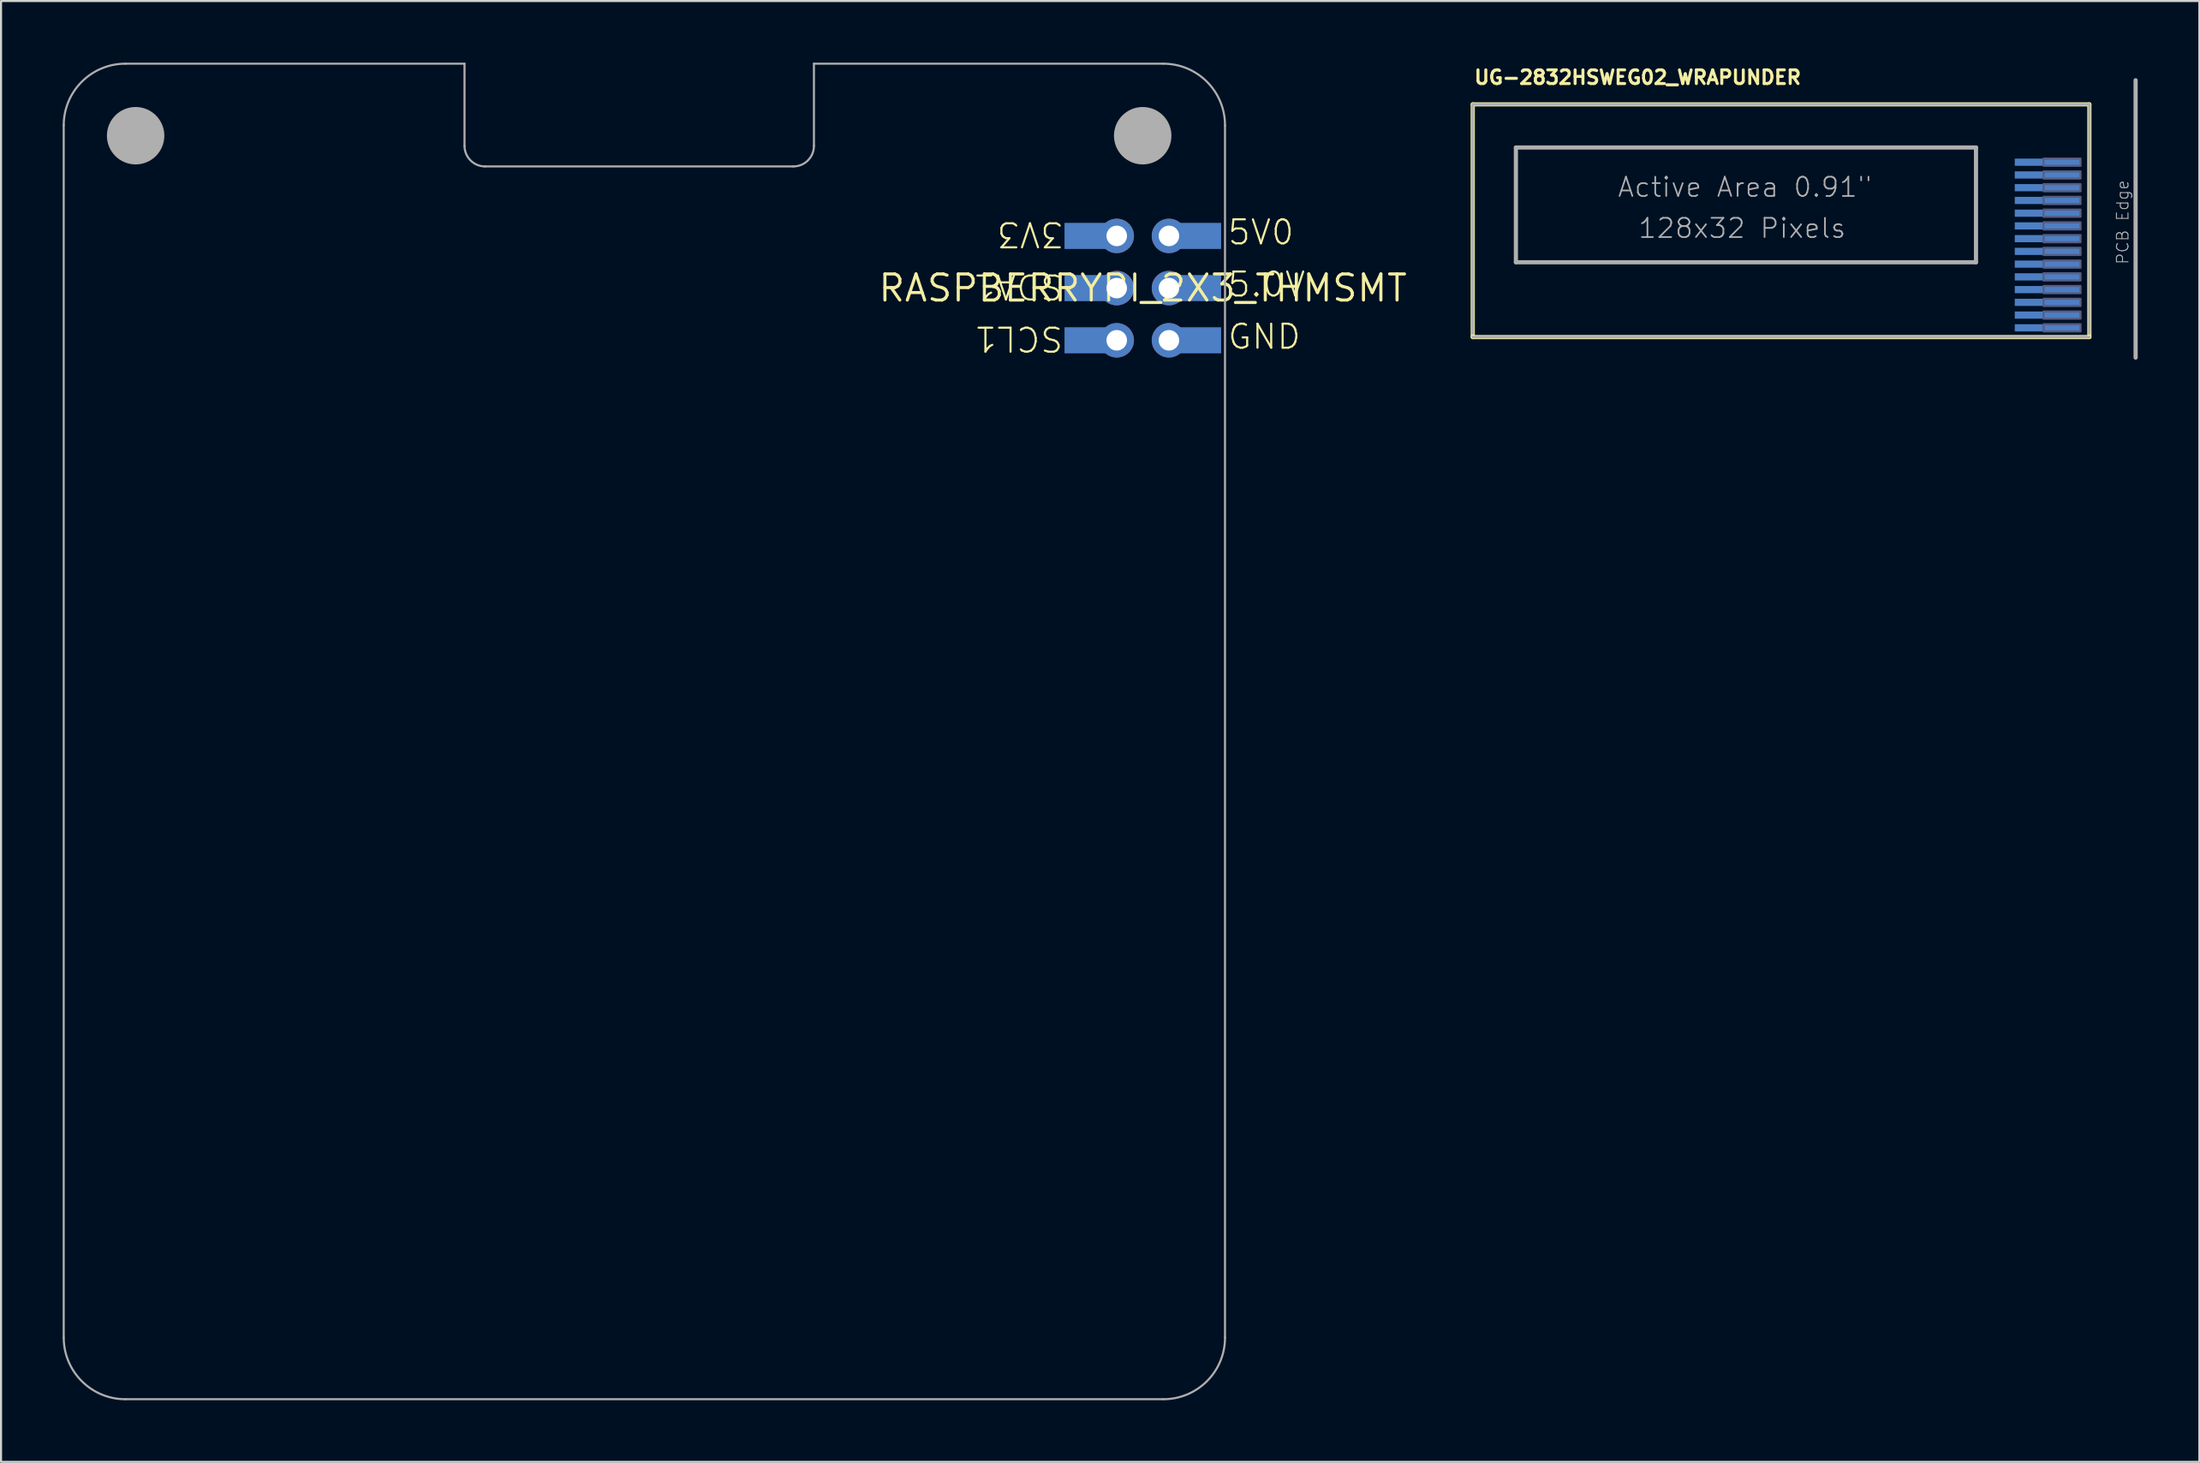
<source format=kicad_pcb>
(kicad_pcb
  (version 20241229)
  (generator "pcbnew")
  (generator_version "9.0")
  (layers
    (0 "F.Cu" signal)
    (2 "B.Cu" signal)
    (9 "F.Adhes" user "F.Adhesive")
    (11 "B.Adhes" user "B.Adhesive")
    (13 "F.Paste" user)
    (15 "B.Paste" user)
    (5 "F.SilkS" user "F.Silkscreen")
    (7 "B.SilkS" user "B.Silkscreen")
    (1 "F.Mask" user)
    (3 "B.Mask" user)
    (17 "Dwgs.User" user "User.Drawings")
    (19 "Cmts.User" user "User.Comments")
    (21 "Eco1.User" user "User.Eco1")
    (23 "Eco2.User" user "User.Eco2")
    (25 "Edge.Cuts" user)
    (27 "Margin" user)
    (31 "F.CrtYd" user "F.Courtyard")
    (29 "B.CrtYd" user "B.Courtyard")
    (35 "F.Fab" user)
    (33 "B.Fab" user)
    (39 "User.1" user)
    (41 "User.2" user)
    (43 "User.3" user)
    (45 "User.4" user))
  (footprint "UG-2832HSWEG02_WRAPUNDER"
    (layer "F.Cu")
    (at 98.603 7.605)
    (property "Reference" "UG-2832HSWEG02_WRAPUNDER" (at -30 -6.5 0) (unlocked yes) (layer "F.SilkS") (effects (font (size 0.666 0.666) (thickness 0.146)) (justify left bottom)))
    (fp_line (start -30 -5.575) (end -30 5.75) (stroke (width 0.203) (type solid)) (layer "F.SilkS"))
    (fp_line (start 0 -5.575) (end -30 -5.575) (stroke (width 0.203) (type solid)) (layer "F.SilkS"))
    (fp_line (start 0 -5.575) (end 0 5.75) (stroke (width 0.203) (type solid)) (layer "F.SilkS"))
    (fp_line (start 0 5.75) (end -30 5.75) (stroke (width 0.203) (type solid)) (layer "F.SilkS"))
    (fp_poly (pts (xy -2.23 -2.585) (xy -0.43 -2.585) (xy -0.43 -2.935) (xy -2.23 -2.935)) (stroke (width 0.1) (type default)) (fill no) (layer "B.Fab"))
    (fp_poly (pts (xy -2.23 -1.965) (xy -0.43 -1.965) (xy -0.43 -2.315) (xy -2.23 -2.315)) (stroke (width 0.1) (type default)) (fill no) (layer "B.Fab"))
    (fp_poly (pts (xy -2.23 -1.345) (xy -0.43 -1.345) (xy -0.43 -1.695) (xy -2.23 -1.695)) (stroke (width 0.1) (type default)) (fill no) (layer "B.Fab"))
    (fp_poly (pts (xy -2.23 -0.725) (xy -0.43 -0.725) (xy -0.43 -1.075) (xy -2.23 -1.075)) (stroke (width 0.1) (type default)) (fill no) (layer "B.Fab"))
    (fp_poly (pts (xy -2.23 -0.105) (xy -0.43 -0.105) (xy -0.43 -0.455) (xy -2.23 -0.455)) (stroke (width 0.1) (type default)) (fill no) (layer "B.Fab"))
    (fp_poly (pts (xy -2.23 0.515) (xy -0.43 0.515) (xy -0.43 0.165) (xy -2.23 0.165)) (stroke (width 0.1) (type default)) (fill no) (layer "B.Fab"))
    (fp_poly (pts (xy -2.23 1.135) (xy -0.43 1.135) (xy -0.43 0.785) (xy -2.23 0.785)) (stroke (width 0.1) (type default)) (fill no) (layer "B.Fab"))
    (fp_poly (pts (xy -2.23 1.755) (xy -0.43 1.755) (xy -0.43 1.405) (xy -2.23 1.405)) (stroke (width 0.1) (type default)) (fill no) (layer "B.Fab"))
    (fp_poly (pts (xy -2.23 2.375) (xy -0.43 2.375) (xy -0.43 2.025) (xy -2.23 2.025)) (stroke (width 0.1) (type default)) (fill no) (layer "B.Fab"))
    (fp_poly (pts (xy -2.23 2.995) (xy -0.43 2.995) (xy -0.43 2.645) (xy -2.23 2.645)) (stroke (width 0.1) (type default)) (fill no) (layer "B.Fab"))
    (fp_poly (pts (xy -2.23 3.615) (xy -0.43 3.615) (xy -0.43 3.265) (xy -2.23 3.265)) (stroke (width 0.1) (type default)) (fill no) (layer "B.Fab"))
    (fp_poly (pts (xy -2.23 4.235) (xy -0.43 4.235) (xy -0.43 3.885) (xy -2.23 3.885)) (stroke (width 0.1) (type default)) (fill no) (layer "B.Fab"))
    (fp_poly (pts (xy -2.23 4.855) (xy -0.43 4.855) (xy -0.43 4.505) (xy -2.23 4.505)) (stroke (width 0.1) (type default)) (fill no) (layer "B.Fab"))
    (fp_poly (pts (xy -2.23 5.475) (xy -0.43 5.475) (xy -0.43 5.125) (xy -2.23 5.125)) (stroke (width 0.1) (type default)) (fill no) (layer "B.Fab"))
    (fp_line (start -30 -5.575) (end -30 5.575) (stroke (width 0.127) (type solid)) (layer "F.Fab"))
    (fp_line (start -27.9 -3.475) (end -27.9 2.109) (stroke (width 0.203) (type solid)) (layer "F.Fab"))
    (fp_line (start -5.516 -3.475) (end -27.9 -3.475) (stroke (width 0.203) (type solid)) (layer "F.Fab"))
    (fp_line (start -5.516 -3.475) (end -5.516 2.109) (stroke (width 0.203) (type solid)) (layer "F.Fab"))
    (fp_line (start -5.516 2.109) (end -27.9 2.109) (stroke (width 0.203) (type solid)) (layer "F.Fab"))
    (fp_line (start 0 -5.575) (end -30 -5.575) (stroke (width 0.127) (type solid)) (layer "F.Fab"))
    (fp_line (start 0 -5.575) (end 0 5.575) (stroke (width 0.127) (type solid)) (layer "F.Fab"))
    (fp_line (start 0 5.75) (end -30 5.75) (stroke (width 0.127) (type solid)) (layer "F.Fab"))
    (fp_line (start 2.25 -6.75) (end 2.25 6.75) (stroke (width 0.203) (type solid)) (layer "F.Fab"))
    (fp_text user "128x32 Pixels" (at -22 1 0) (unlocked yes) (layer "F.Fab") (effects (font (size 0.935 0.935) (thickness 0.081)) (justify left bottom)))
    (fp_text user "PCB Edge" (at 1.95 2.25 90) (unlocked yes) (layer "F.Fab") (effects (font (size 0.561 0.561) (thickness 0.049)) (justify left bottom)))
    (fp_text user "Active Area 0.91\"" (at -23 -1 0) (unlocked yes) (layer "F.Fab") (effects (font (size 0.935 0.935) (thickness 0.081)) (justify left bottom)))
    (pad "1" smd rect (at -2.03 5.3 180) (size 3.2 0.35) (layers "B.Cu" "B.Mask"))
    (pad "2" smd rect (at -2.03 4.68 180) (size 3.2 0.35) (layers "B.Cu" "B.Mask"))
    (pad "3" smd rect (at -2.03 4.06 180) (size 3.2 0.35) (layers "B.Cu" "B.Mask"))
    (pad "4" smd rect (at -2.03 3.44 180) (size 3.2 0.35) (layers "B.Cu" "B.Mask"))
    (pad "5" smd rect (at -2.03 2.82 180) (size 3.2 0.35) (layers "B.Cu" "B.Mask"))
    (pad "6" smd rect (at -2.03 2.2 180) (size 3.2 0.35) (layers "B.Cu" "B.Mask"))
    (pad "7" smd rect (at -2.03 1.58 180) (size 3.2 0.35) (layers "B.Cu" "B.Mask"))
    (pad "8" smd rect (at -2.03 0.96 180) (size 3.2 0.35) (layers "B.Cu" "B.Mask"))
    (pad "9" smd rect (at -2.03 0.34 180) (size 3.2 0.35) (layers "B.Cu" "B.Mask"))
    (pad "10" smd rect (at -2.03 -0.28 180) (size 3.2 0.35) (layers "B.Cu" "B.Mask"))
    (pad "11" smd rect (at -2.03 -0.9 180) (size 3.2 0.35) (layers "B.Cu" "B.Mask"))
    (pad "12" smd rect (at -2.03 -1.52 180) (size 3.2 0.35) (layers "B.Cu" "B.Mask"))
    (pad "13" smd rect (at -2.03 -2.14 180) (size 3.2 0.35) (layers "B.Cu" "B.Mask"))
    (pad "14" smd rect (at -2.03 -2.76 180) (size 3.2 0.35) (layers "B.Cu" "B.Mask")))
  (footprint "RASPBERRYPI_2X3_THMSMT"
    (layer "F.Cu")
    (at 52.552 10.972)
    (property "Reference" "RASPBERRYPI_2X3_THMSMT" (at 0 0 0) (layer "F.SilkS") (effects (font (size 1.27 1.27) (thickness 0.15))))
    (fp_line (start -52.502 -7.922) (end -52.502 51.078) (stroke (width 0.1) (type solid)) (layer "F.Fab"))
    (fp_line (start -49.502 54.078) (end 0.998 54.078) (stroke (width 0.1) (type solid)) (layer "F.Fab"))
    (fp_line (start -33.002 -10.922) (end -49.502 -10.922) (stroke (width 0.1) (type solid)) (layer "F.Fab"))
    (fp_line (start -33.002 -10.922) (end -33.002 -6.922) (stroke (width 0.1) (type solid)) (layer "F.Fab"))
    (fp_line (start -32.002 -5.922) (end -17.002 -5.922) (stroke (width 0.1) (type solid)) (layer "F.Fab"))
    (fp_line (start -16.002 -6.922) (end -16.002 -10.922) (stroke (width 0.1) (type solid)) (layer "F.Fab"))
    (fp_line (start 0.998 -10.922) (end -16.002 -10.922) (stroke (width 0.1) (type solid)) (layer "F.Fab"))
    (fp_line (start 3.998 51.078) (end 3.998 -7.922) (stroke (width 0.1) (type solid)) (layer "F.Fab"))
    (fp_arc (start -52.5018 -7.922) (mid -51.62312 -10.04332) (end -49.5018 -10.922) (stroke (width 0.1) (type solid)) (layer "F.Fab"))
    (fp_arc (start -49.5018 54.078) (mid -51.62312 53.19932) (end -52.5018 51.078) (stroke (width 0.1) (type solid)) (layer "F.Fab"))
    (fp_arc (start -32.0018 -5.922) (mid -32.708907 -6.214893) (end -33.0018 -6.922) (stroke (width 0.1) (type solid)) (layer "F.Fab"))
    (fp_arc (start -16.0018 -6.922) (mid -16.294693 -6.214893) (end -17.0018 -5.922) (stroke (width 0.1) (type solid)) (layer "F.Fab"))
    (fp_arc (start 0.998199 -10.922001) (mid 3.11952 -10.043321) (end 3.9982 -7.922) (stroke (width 0.1) (type solid)) (layer "F.Fab"))
    (fp_arc (start 3.998199 51.077999) (mid 3.11952 53.19932) (end 0.9982 54.078) (stroke (width 0.1) (type solid)) (layer "F.Fab"))
    (fp_circle (center -49.004 -7.417) (end -48.305 -7.417) (stroke (width 1.397) (type solid)) (fill no) (layer "F.Fab"))
    (fp_circle (center -0.007 -7.417) (end 0.692 -7.417) (stroke (width 1.397) (type solid)) (fill no) (layer "F.Fab"))
    (fp_poly (pts (xy -1.524 -2.794) (xy -1.524 -2.286) (xy -1.016 -2.286) (xy -1.016 -2.794)) (stroke (width 0.1) (type default)) (fill no) (layer "F.Fab"))
    (fp_poly (pts (xy -1.524 -0.254) (xy -1.524 0.254) (xy -1.016 0.254) (xy -1.016 -0.254)) (stroke (width 0.1) (type default)) (fill no) (layer "F.Fab"))
    (fp_poly (pts (xy -1.524 2.286) (xy -1.524 2.794) (xy -1.016 2.794) (xy -1.016 2.286)) (stroke (width 0.1) (type default)) (fill no) (layer "F.Fab"))
    (fp_poly (pts (xy 1.016 -2.794) (xy 1.016 -2.286) (xy 1.524 -2.286) (xy 1.524 -2.794)) (stroke (width 0.1) (type default)) (fill no) (layer "F.Fab"))
    (fp_poly (pts (xy 1.016 -0.254) (xy 1.016 0.254) (xy 1.524 0.254) (xy 1.524 -0.254)) (stroke (width 0.1) (type default)) (fill no) (layer "F.Fab"))
    (fp_poly (pts (xy 1.016 2.286) (xy 1.016 2.794) (xy 1.524 2.794) (xy 1.524 2.286)) (stroke (width 0.1) (type default)) (fill no) (layer "F.Fab"))
    (fp_text user "5V0" (at 4.064 -2.032 0) (unlocked yes) (layer "F.SilkS") (effects (font (size 1.168 1.168) (thickness 0.102)) (justify left bottom)))
    (fp_text user "SDA1" (at -3.81 -0.762 180) (unlocked yes) (layer "F.SilkS") (effects (font (size 1.168 1.168) (thickness 0.102)) (justify left bottom)))
    (fp_text user "5.0V" (at 4.064 0.508 0) (unlocked yes) (layer "F.SilkS") (effects (font (size 1.168 1.168) (thickness 0.102)) (justify left bottom)))
    (fp_text user "GND" (at 4.064 3.048 0) (unlocked yes) (layer "F.SilkS") (effects (font (size 1.168 1.168) (thickness 0.102)) (justify left bottom)))
    (fp_text user "3V3" (at -3.81 -3.302 180) (unlocked yes) (layer "F.SilkS") (effects (font (size 1.168 1.168) (thickness 0.102)) (justify left bottom)))
    (fp_text user "SCL1" (at -3.81 1.778 180) (unlocked yes) (layer "F.SilkS") (effects (font (size 1.168 1.168) (thickness 0.102)) (justify left bottom)))
    (pad "1" thru_hole circle (at -1.27 -2.54 270) (size 1.676 1.676) (drill 1) (layers "*.Cu" "*.Mask"))
    (pad "1'" smd rect (at -2.794 -2.54 90) (size 1.27 2.032) (layers "B.Cu" "B.Mask" "B.Paste"))
    (pad "2" thru_hole circle (at 1.27 -2.54 270) (size 1.676 1.676) (drill 1) (layers "*.Cu" "*.Mask"))
    (pad "2'" smd rect (at 2.794 -2.54 90) (size 1.27 2.032) (layers "B.Cu" "B.Mask" "B.Paste"))
    (pad "3" thru_hole circle (at -1.27 0 270) (size 1.676 1.676) (drill 1) (layers "*.Cu" "*.Mask"))
    (pad "3'" smd rect (at -2.794 0 90) (size 1.27 2.032) (layers "B.Cu" "B.Mask" "B.Paste"))
    (pad "4" thru_hole circle (at 1.27 0 270) (size 1.676 1.676) (drill 1) (layers "*.Cu" "*.Mask"))
    (pad "4'" smd rect (at 2.794 0 90) (size 1.27 2.032) (layers "B.Cu" "B.Mask" "B.Paste"))
    (pad "5" thru_hole circle (at -1.27 2.54 270) (size 1.676 1.676) (drill 1) (layers "*.Cu" "*.Mask"))
    (pad "5'" smd rect (at -2.794 2.54 90) (size 1.27 2.032) (layers "B.Cu" "B.Mask" "B.Paste"))
    (pad "6" thru_hole circle (at 1.27 2.54 270) (size 1.676 1.676) (drill 1) (layers "*.Cu" "*.Mask"))
    (pad "6'" smd rect (at 2.794 2.54 90) (size 1.27 2.032) (layers "B.Cu" "B.Mask" "B.Paste"))
    (zone (net_name "") (layer "F.Cu") (hatch edge 0.5) (connect_pads) (min_thickness 0.25) (filled_areas_thickness no) (keepout (tracks not_allowed) (vias not_allowed) (pads not_allowed) (copperpour not_allowed) (footprints allowed)) (placement (enabled no)) (fill) (polygon (pts (xy 55.65 3.55) (xy 55.63 3.197) (xy 55.569 2.848) (xy 55.47 2.508) (xy 55.332 2.182) (xy 55.158 1.874) (xy 54.95 1.588) (xy 54.711 1.327) (xy 54.443 1.095) (xy 54.151 0.895) (xy 53.838 0.73) (xy 53.508 0.602) (xy 53.166 0.512) (xy 52.815 0.461) (xy 52.461 0.451) (xy 52.109 0.482) (xy 51.762 0.552) (xy 51.425 0.661) (xy 51.103 0.808) (xy 50.8 0.991) (xy 50.52 1.207) (xy 50.266 1.454) (xy 50.042 1.728) (xy 49.851 2.026) (xy 49.695 2.343) (xy 49.576 2.677) (xy 49.495 3.021) (xy 49.455 3.373) (xy 49.455 3.727) (xy 49.495 4.079) (xy 49.576 4.423) (xy 49.695 4.757) (xy 49.851 5.074) (xy 50.042 5.372) (xy 50.266 5.646) (xy 50.52 5.893) (xy 50.8 6.109) (xy 51.103 6.292) (xy 51.425 6.439) (xy 51.762 6.548) (xy 52.109 6.618) (xy 52.461 6.649) (xy 52.815 6.639) (xy 53.166 6.588) (xy 53.508 6.498) (xy 53.838 6.37) (xy 54.151 6.205) (xy 54.443 6.005) (xy 54.711 5.773) (xy 54.95 5.512) (xy 55.158 5.226) (xy 55.332 4.918) (xy 55.47 4.592) (xy 55.569 4.252) (xy 55.63 3.903)))))
  (gr_rect
    (start -3 -3)
    (end 103.954 68.1)
    (stroke (width 0.1) (type default))
    (fill no)
    (layer "Edge.Cuts")))
</source>
